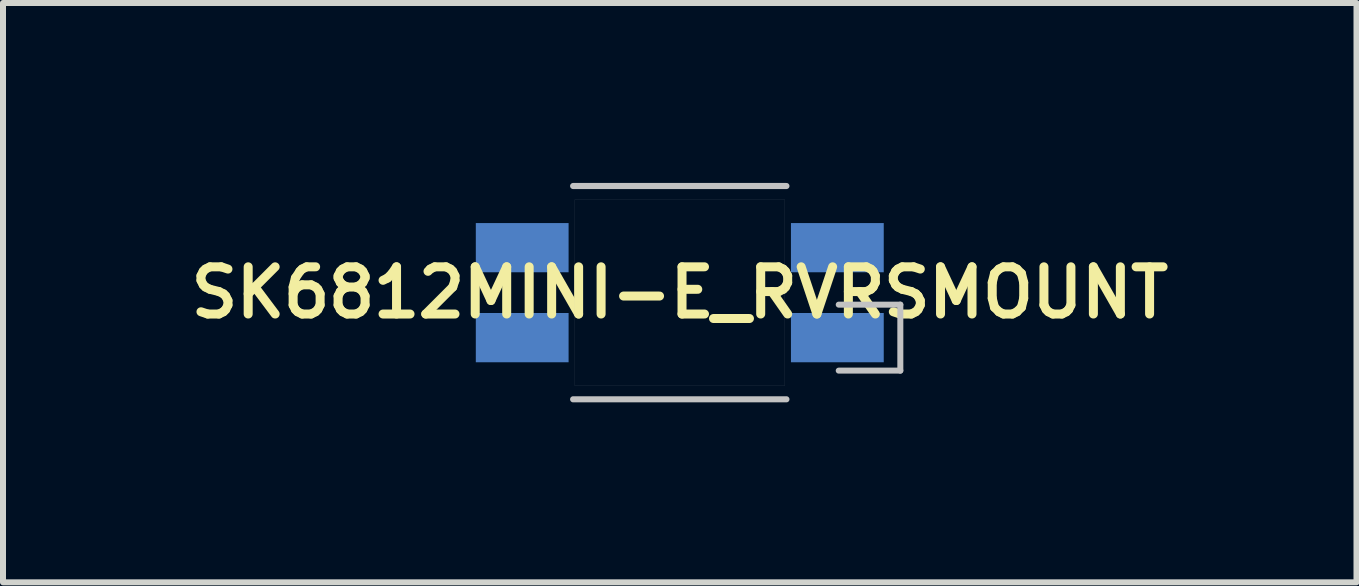
<source format=kicad_pcb>
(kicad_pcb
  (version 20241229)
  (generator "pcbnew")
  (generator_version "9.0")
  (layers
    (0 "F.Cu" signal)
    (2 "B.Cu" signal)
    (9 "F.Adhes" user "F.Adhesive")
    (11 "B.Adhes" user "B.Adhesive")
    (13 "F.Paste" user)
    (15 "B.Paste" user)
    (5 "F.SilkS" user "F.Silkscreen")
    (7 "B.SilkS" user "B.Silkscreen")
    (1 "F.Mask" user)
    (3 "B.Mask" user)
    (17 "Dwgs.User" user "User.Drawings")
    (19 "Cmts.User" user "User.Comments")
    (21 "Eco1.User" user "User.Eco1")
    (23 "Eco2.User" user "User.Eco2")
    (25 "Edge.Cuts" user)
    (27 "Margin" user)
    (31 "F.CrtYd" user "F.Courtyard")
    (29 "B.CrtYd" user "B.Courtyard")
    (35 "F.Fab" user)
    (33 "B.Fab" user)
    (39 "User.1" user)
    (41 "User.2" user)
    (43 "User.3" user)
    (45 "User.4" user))
  (footprint "SK6812MINI-E_RVRSMOUNT"
    (layer "F.Cu")
    (at 8.283 1.829)
    (property "Reference" "SK6812MINI-E_RVRSMOUNT" (at 0 0 0) (layer "F.SilkS") (effects (font (size 0.787 0.787) (thickness 0.15))))
    (attr smd)
    (fp_poly (pts (xy -1.75 -1.55) (xy 1.75 -1.55) (xy 1.75 1.55) (xy -1.75 1.55)) (stroke (width 0.01) (type solid)) (fill yes) (layer "F.Mask"))
    (fp_poly (pts (xy -1.75 -1.55) (xy 1.75 -1.55) (xy 1.75 1.55) (xy -1.75 1.55)) (stroke (width 0.01) (type solid)) (fill yes) (layer "B.Mask"))
    (fp_line (start -1.778 -1.778) (end 1.778 -1.778) (stroke (width 0.102) (type solid)) (layer "Dwgs.User"))
    (fp_line (start -1.778 1.778) (end 1.778 1.778) (stroke (width 0.102) (type solid)) (layer "Dwgs.User"))
    (fp_line (start -1.75 -1.55) (end -1.75 1.55) (stroke (width 0.001) (type solid)) (layer "Dwgs.User"))
    (fp_line (start -1.75 1.55) (end 1.75 1.55) (stroke (width 0.001) (type solid)) (layer "Dwgs.User"))
    (fp_line (start 1.75 -1.55) (end -1.75 -1.55) (stroke (width 0.001) (type solid)) (layer "Dwgs.User"))
    (fp_line (start 1.75 1.55) (end 1.75 -1.55) (stroke (width 0.001) (type solid)) (layer "Dwgs.User"))
    (fp_line (start 2.65 1.3) (end 3.677 1.3) (stroke (width 0.1) (type solid)) (layer "Dwgs.User"))
    (fp_line (start 3.677 0.2) (end 2.65 0.2) (stroke (width 0.1) (type solid)) (layer "Dwgs.User"))
    (fp_line (start 3.677 1.3) (end 3.677 0.2) (stroke (width 0.1) (type solid)) (layer "Dwgs.User"))
    (pad "1" smd custom (at -2.628 -0.75) (size 1.35 0.635) (layers "B.Cu" "B.Mask" "B.Paste") (options (anchor rect)) (primitives (gr_poly (pts (xy 0.774 0.41) (xy -0.772 0.41) (xy -0.772 -0.41) (xy 0.774 -0.41)) (width 0.001) (fill yes))))
    (pad "2" smd custom (at -2.628 0.75) (size 1.35 0.635) (layers "B.Cu" "B.Mask" "B.Paste") (options (anchor rect)) (primitives (gr_poly (pts (xy -0.772 -0.41) (xy -0.772 0.41) (xy 0.774 0.41) (xy 0.774 -0.41)) (width 0.001) (fill yes))))
    (pad "3" smd custom (at 2.628 0.75) (size 1.35 0.635) (layers "B.Cu" "B.Mask" "B.Paste") (options (anchor rect)) (primitives (gr_poly (pts (xy 0.772 -0.41) (xy 0.772 0.41) (xy -0.774 0.41) (xy -0.774 -0.41)) (width 0.001) (fill yes))))
    (pad "4" smd custom (at 2.628 -0.75) (size 1.35 0.635) (layers "B.Cu" "B.Mask" "B.Paste") (options (anchor rect)) (primitives (gr_poly (pts (xy -0.774 -0.41) (xy -0.774 0.41) (xy 0.772 0.41) (xy 0.772 -0.41)) (width 0.001) (fill yes)))))
  (gr_rect
    (start -3 -3)
    (end 19.565 6.658)
    (stroke (width 0.1) (type default))
    (fill no)
    (layer "Edge.Cuts")))
</source>
